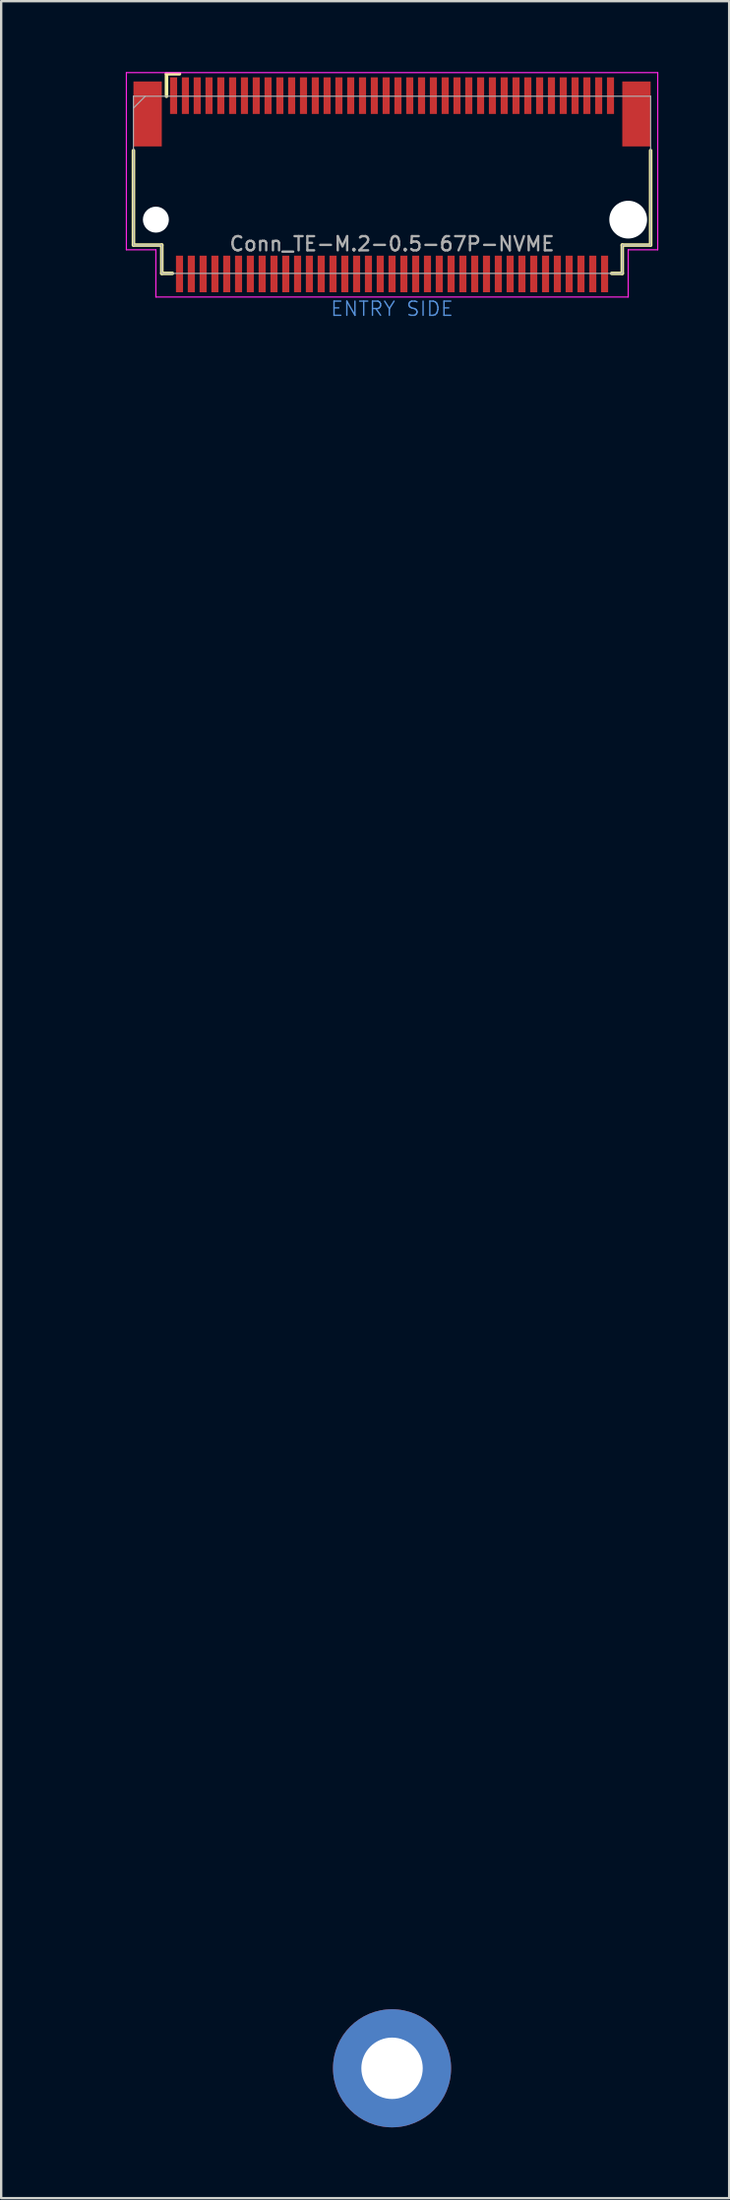
<source format=kicad_pcb>
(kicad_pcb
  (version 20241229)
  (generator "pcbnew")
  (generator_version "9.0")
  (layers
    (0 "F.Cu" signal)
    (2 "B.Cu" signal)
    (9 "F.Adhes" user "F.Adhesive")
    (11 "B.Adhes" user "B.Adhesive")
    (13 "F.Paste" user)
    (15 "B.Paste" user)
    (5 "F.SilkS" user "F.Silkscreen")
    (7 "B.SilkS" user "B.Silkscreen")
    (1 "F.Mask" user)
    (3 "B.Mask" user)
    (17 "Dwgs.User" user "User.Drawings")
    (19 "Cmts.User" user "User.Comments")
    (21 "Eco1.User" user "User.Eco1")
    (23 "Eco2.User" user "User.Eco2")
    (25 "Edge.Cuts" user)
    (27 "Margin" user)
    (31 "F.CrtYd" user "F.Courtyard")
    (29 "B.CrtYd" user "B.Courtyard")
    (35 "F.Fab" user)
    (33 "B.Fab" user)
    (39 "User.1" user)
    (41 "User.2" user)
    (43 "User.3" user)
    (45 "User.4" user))
  (footprint "Conn_TE-M.2-0.5-67P-NVME"
    (layer "F.Cu")
    (at 13.551 6.275)
    (property "Reference" "Conn_TE-M.2-0.5-67P-NVME" (at 0 1 0) (layer "F.Fab") (effects (font (size 0.6 0.6) (thickness 0.1))))
    (attr smd)
    (fp_line (start -10.95 1.05) (end -10.95 -2.95) (stroke (width 0.15) (type solid)) (layer "F.SilkS"))
    (fp_line (start -9.75 1.05) (end -10.95 1.05) (stroke (width 0.15) (type solid)) (layer "F.SilkS"))
    (fp_line (start -9.75 2.25) (end -9.75 1.05) (stroke (width 0.15) (type solid)) (layer "F.SilkS"))
    (fp_line (start -9.55 -6.2) (end -9 -6.2) (stroke (width 0.15) (type solid)) (layer "F.SilkS"))
    (fp_line (start -9.55 -5.25) (end -9.55 -6.2) (stroke (width 0.15) (type solid)) (layer "F.SilkS"))
    (fp_line (start -9.3 2.25) (end -9.75 2.25) (stroke (width 0.15) (type solid)) (layer "F.SilkS"))
    (fp_line (start 9.75 1.05) (end 9.75 2.25) (stroke (width 0.15) (type solid)) (layer "F.SilkS"))
    (fp_line (start 9.75 2.25) (end 9.3 2.25) (stroke (width 0.15) (type solid)) (layer "F.SilkS"))
    (fp_line (start 10.95 1.05) (end 9.75 1.05) (stroke (width 0.15) (type solid)) (layer "F.SilkS"))
    (fp_line (start 10.95 1.05) (end 10.95 -2.95) (stroke (width 0.15) (type solid)) (layer "F.SilkS"))
    (fp_line (start -11.25 -6.25) (end 11.25 -6.25) (stroke (width 0.05) (type solid)) (layer "F.CrtYd"))
    (fp_line (start -11.25 1.25) (end -11.25 -6.25) (stroke (width 0.05) (type solid)) (layer "F.CrtYd"))
    (fp_line (start -10 1.25) (end -11.25 1.25) (stroke (width 0.05) (type solid)) (layer "F.CrtYd"))
    (fp_line (start -10 3.25) (end -10 1.25) (stroke (width 0.05) (type solid)) (layer "F.CrtYd"))
    (fp_line (start 10 1.25) (end 10 3.25) (stroke (width 0.05) (type solid)) (layer "F.CrtYd"))
    (fp_line (start 10 3.25) (end -10 3.25) (stroke (width 0.05) (type solid)) (layer "F.CrtYd"))
    (fp_line (start 11.25 -6.25) (end 11.25 1.25) (stroke (width 0.05) (type solid)) (layer "F.CrtYd"))
    (fp_line (start 11.25 1.25) (end 10 1.25) (stroke (width 0.05) (type solid)) (layer "F.CrtYd"))
    (fp_line (start -10.95 -5.25) (end -10.95 1.05) (stroke (width 0.05) (type solid)) (layer "F.Fab"))
    (fp_line (start -10.95 -5.25) (end 10.95 -5.25) (stroke (width 0.05) (type solid)) (layer "F.Fab"))
    (fp_line (start -10.95 -4.75) (end -10.45 -5.25) (stroke (width 0.05) (type solid)) (layer "F.Fab"))
    (fp_line (start -10.95 1.05) (end -9.75 1.05) (stroke (width 0.05) (type solid)) (layer "F.Fab"))
    (fp_line (start -9.75 1.05) (end -9.75 2.25) (stroke (width 0.05) (type solid)) (layer "F.Fab"))
    (fp_line (start -9.75 2.25) (end 9.75 2.25) (stroke (width 0.05) (type solid)) (layer "F.Fab"))
    (fp_line (start 9.75 1.05) (end 9.75 2.25) (stroke (width 0.05) (type solid)) (layer "F.Fab"))
    (fp_line (start 10.95 1.05) (end 9.75 1.05) (stroke (width 0.05) (type solid)) (layer "F.Fab"))
    (fp_line (start 10.95 1.05) (end 10.95 -5.25) (stroke (width 0.05) (type solid)) (layer "F.Fab"))
    (fp_text user "ENTRY SIDE" (at 0 3.75 0) (layer "Cmts.User") (effects (font (size 0.6 0.6) (thickness 0.06))))
    (fp_text user "${REFERENCE}" (at -10.1 -4.8 0) (layer "Eco1.User") (effects (font (size 0.3 0.3) (thickness 0.03))))
    (pad "" smd rect (at -10.35 -4.5) (size 1.2 2.75) (layers "F.Cu" "F.Mask" "F.Paste"))
    (pad "" np_thru_hole circle (at -10 -0.025) (size 1.1 1.1) (drill 1.1) (layers "*.Cu"))
    (pad "" np_thru_hole circle (at 10 -0.025) (size 1.6 1.6) (drill 1.6) (layers "*.Cu"))
    (pad "" smd rect (at 10.35 -4.5) (size 1.2 2.75) (layers "F.Cu" "F.Mask" "F.Paste"))
    (pad "1" smd rect (at -9.25 -5.275) (size 0.3 1.55) (layers "F.Cu" "F.Mask" "F.Paste"))
    (pad "2" smd rect (at -9 2.275) (size 0.3 1.55) (layers "F.Cu" "F.Mask" "F.Paste"))
    (pad "3" smd rect (at -8.75 -5.275) (size 0.3 1.55) (layers "F.Cu" "F.Mask" "F.Paste"))
    (pad "4" smd rect (at -8.5 2.275) (size 0.3 1.55) (layers "F.Cu" "F.Mask" "F.Paste"))
    (pad "5" smd rect (at -8.25 -5.275) (size 0.3 1.55) (layers "F.Cu" "F.Mask" "F.Paste"))
    (pad "6" smd rect (at -8 2.275) (size 0.3 1.55) (layers "F.Cu" "F.Mask" "F.Paste"))
    (pad "7" smd rect (at -7.75 -5.275) (size 0.3 1.55) (layers "F.Cu" "F.Mask" "F.Paste"))
    (pad "8" smd rect (at -7.5 2.275) (size 0.3 1.55) (layers "F.Cu" "F.Mask" "F.Paste"))
    (pad "9" smd rect (at -7.25 -5.275) (size 0.3 1.55) (layers "F.Cu" "F.Mask" "F.Paste"))
    (pad "10" smd rect (at -7 2.275) (size 0.3 1.55) (layers "F.Cu" "F.Mask" "F.Paste"))
    (pad "11" smd rect (at -6.75 -5.275) (size 0.3 1.55) (layers "F.Cu" "F.Mask" "F.Paste"))
    (pad "12" smd rect (at -6.5 2.275) (size 0.3 1.55) (layers "F.Cu" "F.Mask" "F.Paste"))
    (pad "13" smd rect (at -6.25 -5.275) (size 0.3 1.55) (layers "F.Cu" "F.Mask" "F.Paste"))
    (pad "14" smd rect (at -6 2.275) (size 0.3 1.55) (layers "F.Cu" "F.Mask" "F.Paste"))
    (pad "15" smd rect (at -5.75 -5.275) (size 0.3 1.55) (layers "F.Cu" "F.Mask" "F.Paste"))
    (pad "16" smd rect (at -5.5 2.275) (size 0.3 1.55) (layers "F.Cu" "F.Mask" "F.Paste"))
    (pad "17" smd rect (at -5.25 -5.275) (size 0.3 1.55) (layers "F.Cu" "F.Mask" "F.Paste"))
    (pad "18" smd rect (at -5 2.275) (size 0.3 1.55) (layers "F.Cu" "F.Mask" "F.Paste"))
    (pad "19" smd rect (at -4.75 -5.275) (size 0.3 1.55) (layers "F.Cu" "F.Mask" "F.Paste"))
    (pad "20" smd rect (at -4.5 2.275) (size 0.3 1.55) (layers "F.Cu" "F.Mask" "F.Paste"))
    (pad "21" smd rect (at -4.25 -5.275) (size 0.3 1.55) (layers "F.Cu" "F.Mask" "F.Paste"))
    (pad "22" smd rect (at -4 2.275) (size 0.3 1.55) (layers "F.Cu" "F.Mask" "F.Paste"))
    (pad "23" smd rect (at -3.75 -5.275) (size 0.3 1.55) (layers "F.Cu" "F.Mask" "F.Paste"))
    (pad "24" smd rect (at -3.5 2.275) (size 0.3 1.55) (layers "F.Cu" "F.Mask" "F.Paste"))
    (pad "25" smd rect (at -3.25 -5.275) (size 0.3 1.55) (layers "F.Cu" "F.Mask" "F.Paste"))
    (pad "26" smd rect (at -3 2.275) (size 0.3 1.55) (layers "F.Cu" "F.Mask" "F.Paste"))
    (pad "27" smd rect (at -2.75 -5.275) (size 0.3 1.55) (layers "F.Cu" "F.Mask" "F.Paste"))
    (pad "28" smd rect (at -2.5 2.275) (size 0.3 1.55) (layers "F.Cu" "F.Mask" "F.Paste"))
    (pad "29" smd rect (at -2.25 -5.275) (size 0.3 1.55) (layers "F.Cu" "F.Mask" "F.Paste"))
    (pad "30" smd rect (at -2 2.275) (size 0.3 1.55) (layers "F.Cu" "F.Mask" "F.Paste"))
    (pad "31" smd rect (at -1.75 -5.275) (size 0.3 1.55) (layers "F.Cu" "F.Mask" "F.Paste"))
    (pad "32" smd rect (at -1.5 2.275) (size 0.3 1.55) (layers "F.Cu" "F.Mask" "F.Paste"))
    (pad "33" smd rect (at -1.25 -5.275) (size 0.3 1.55) (layers "F.Cu" "F.Mask" "F.Paste"))
    (pad "34" smd rect (at -1 2.275) (size 0.3 1.55) (layers "F.Cu" "F.Mask" "F.Paste"))
    (pad "35" smd rect (at -0.75 -5.275) (size 0.3 1.55) (layers "F.Cu" "F.Mask" "F.Paste"))
    (pad "36" smd rect (at -0.5 2.275) (size 0.3 1.55) (layers "F.Cu" "F.Mask" "F.Paste"))
    (pad "37" smd rect (at -0.25 -5.275) (size 0.3 1.55) (layers "F.Cu" "F.Mask" "F.Paste"))
    (pad "38" smd rect (at 0 2.275) (size 0.3 1.55) (layers "F.Cu" "F.Mask" "F.Paste"))
    (pad "39" smd rect (at 0.25 -5.275) (size 0.3 1.55) (layers "F.Cu" "F.Mask" "F.Paste"))
    (pad "40" smd rect (at 0.5 2.275) (size 0.3 1.55) (layers "F.Cu" "F.Mask" "F.Paste"))
    (pad "41" smd rect (at 0.75 -5.275) (size 0.3 1.55) (layers "F.Cu" "F.Mask" "F.Paste"))
    (pad "42" smd rect (at 1 2.275) (size 0.3 1.55) (layers "F.Cu" "F.Mask" "F.Paste"))
    (pad "43" smd rect (at 1.25 -5.275) (size 0.3 1.55) (layers "F.Cu" "F.Mask" "F.Paste"))
    (pad "44" smd rect (at 1.5 2.275) (size 0.3 1.55) (layers "F.Cu" "F.Mask" "F.Paste"))
    (pad "45" smd rect (at 1.75 -5.275) (size 0.3 1.55) (layers "F.Cu" "F.Mask" "F.Paste"))
    (pad "46" smd rect (at 2 2.275) (size 0.3 1.55) (layers "F.Cu" "F.Mask" "F.Paste"))
    (pad "47" smd rect (at 2.25 -5.275) (size 0.3 1.55) (layers "F.Cu" "F.Mask" "F.Paste"))
    (pad "48" smd rect (at 2.5 2.275) (size 0.3 1.55) (layers "F.Cu" "F.Mask" "F.Paste"))
    (pad "49" smd rect (at 2.75 -5.275) (size 0.3 1.55) (layers "F.Cu" "F.Mask" "F.Paste"))
    (pad "50" smd rect (at 3 2.275) (size 0.3 1.55) (layers "F.Cu" "F.Mask" "F.Paste"))
    (pad "51" smd rect (at 3.25 -5.275) (size 0.3 1.55) (layers "F.Cu" "F.Mask" "F.Paste"))
    (pad "52" smd rect (at 3.5 2.275) (size 0.3 1.55) (layers "F.Cu" "F.Mask" "F.Paste"))
    (pad "53" smd rect (at 3.75 -5.275) (size 0.3 1.55) (layers "F.Cu" "F.Mask" "F.Paste"))
    (pad "54" smd rect (at 4 2.275) (size 0.3 1.55) (layers "F.Cu" "F.Mask" "F.Paste"))
    (pad "55" smd rect (at 4.25 -5.275) (size 0.3 1.55) (layers "F.Cu" "F.Mask" "F.Paste"))
    (pad "56" smd rect (at 4.5 2.275) (size 0.3 1.55) (layers "F.Cu" "F.Mask" "F.Paste"))
    (pad "57" smd rect (at 4.75 -5.275) (size 0.3 1.55) (layers "F.Cu" "F.Mask" "F.Paste"))
    (pad "58" smd rect (at 5 2.275) (size 0.3 1.55) (layers "F.Cu" "F.Mask" "F.Paste"))
    (pad "59" smd rect (at 5.25 -5.275) (size 0.3 1.55) (layers "F.Cu" "F.Mask" "F.Paste"))
    (pad "60" smd rect (at 5.5 2.275) (size 0.3 1.55) (layers "F.Cu" "F.Mask" "F.Paste"))
    (pad "61" smd rect (at 5.75 -5.275) (size 0.3 1.55) (layers "F.Cu" "F.Mask" "F.Paste"))
    (pad "62" smd rect (at 6 2.275) (size 0.3 1.55) (layers "F.Cu" "F.Mask" "F.Paste"))
    (pad "63" smd rect (at 6.25 -5.275) (size 0.3 1.55) (layers "F.Cu" "F.Mask" "F.Paste"))
    (pad "64" smd rect (at 6.5 2.275) (size 0.3 1.55) (layers "F.Cu" "F.Mask" "F.Paste"))
    (pad "65" smd rect (at 6.75 -5.275) (size 0.3 1.55) (layers "F.Cu" "F.Mask" "F.Paste"))
    (pad "66" smd rect (at 7 2.275) (size 0.3 1.55) (layers "F.Cu" "F.Mask" "F.Paste"))
    (pad "67" smd rect (at 7.25 -5.275) (size 0.3 1.55) (layers "F.Cu" "F.Mask" "F.Paste"))
    (pad "68" smd rect (at 7.5 2.275) (size 0.3 1.55) (layers "F.Cu" "F.Mask" "F.Paste"))
    (pad "69" smd rect (at 7.75 -5.275) (size 0.3 1.55) (layers "F.Cu" "F.Mask" "F.Paste"))
    (pad "70" smd rect (at 8 2.275) (size 0.3 1.55) (layers "F.Cu" "F.Mask" "F.Paste"))
    (pad "71" smd rect (at 8.25 -5.275) (size 0.3 1.55) (layers "F.Cu" "F.Mask" "F.Paste"))
    (pad "72" smd rect (at 8.5 2.275) (size 0.3 1.55) (layers "F.Cu" "F.Mask" "F.Paste"))
    (pad "73" smd rect (at 8.75 -5.275) (size 0.3 1.55) (layers "F.Cu" "F.Mask" "F.Paste"))
    (pad "74" smd rect (at 9 2.275) (size 0.3 1.55) (layers "F.Cu" "F.Mask" "F.Paste"))
    (pad "75" smd rect (at 9.25 -5.275) (size 0.3 1.55) (layers "F.Cu" "F.Mask" "F.Paste"))
    (pad "76" thru_hole circle (at 0 78.25) (size 5 5) (drill 2.6) (layers "*.Cu" "*.Mask")))
  (gr_rect
    (start -3 -3)
    (end 27.826 90.025)
    (stroke (width 0.1) (type default))
    (fill no)
    (layer "Edge.Cuts")))
</source>
